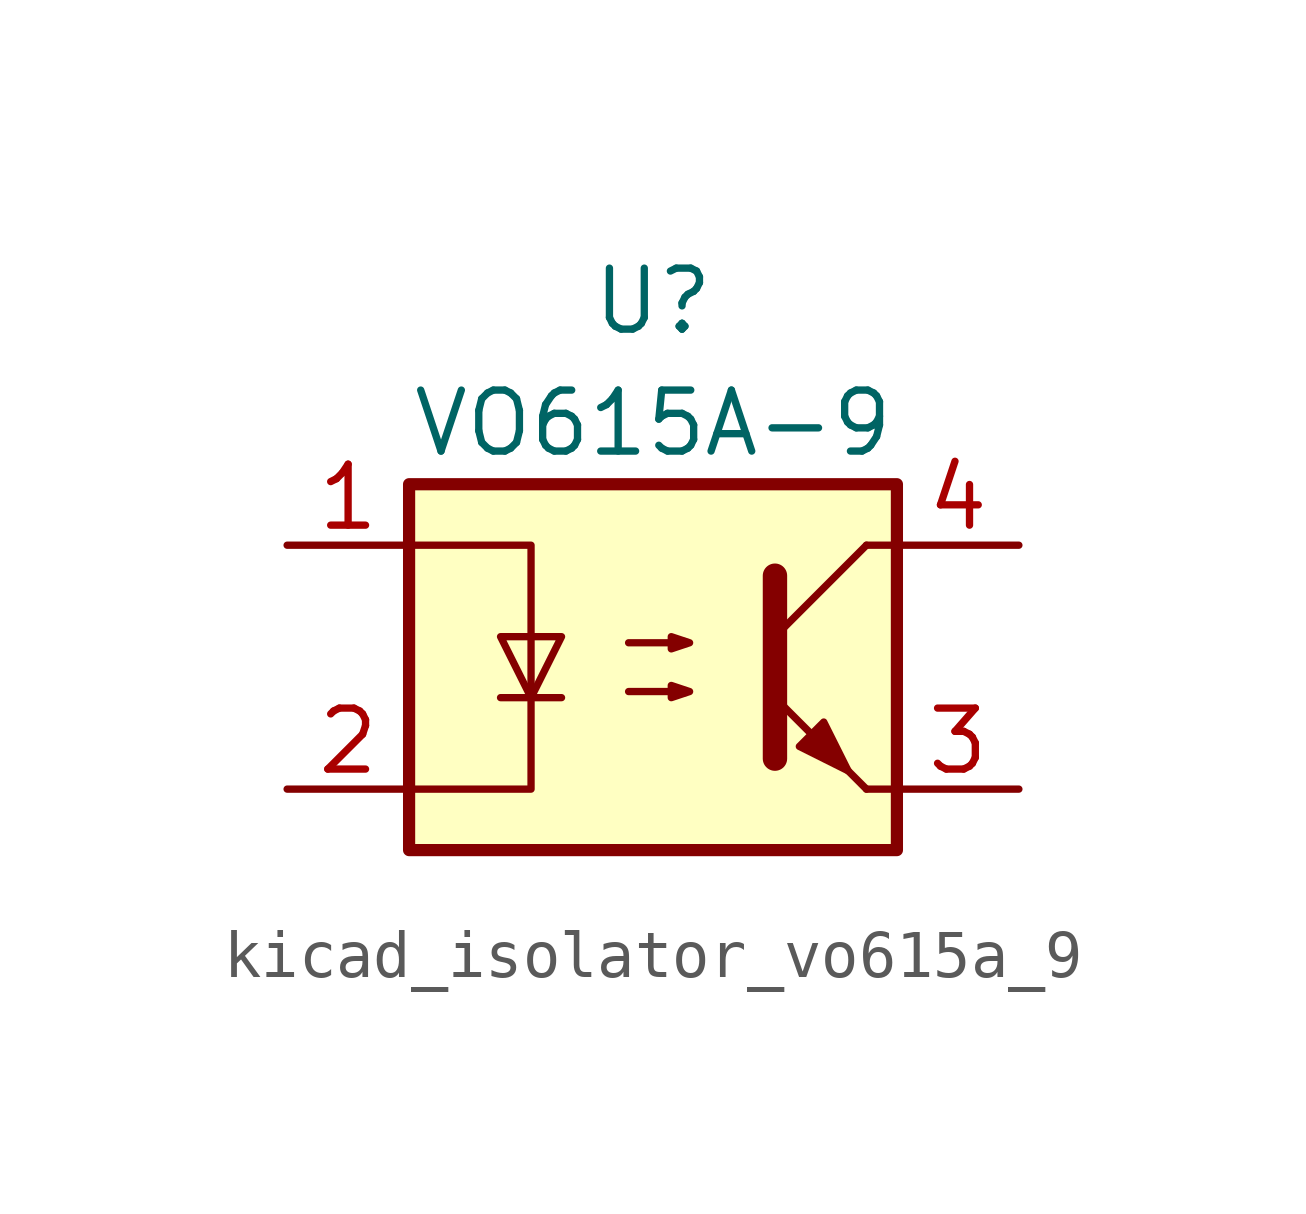
<source format=kicad_sym>
(kicad_symbol_lib
  (version 20220914)
  (generator kicad_symbol_editor)
  (symbol "kicad_isolator_vo615a_9"
    (pin_names
      (offset 0.762))
    (property "Reference" "U"
      (at 0 7.62 0)
      (effects (font (size 1.27 1.27))))
    (property "Value" "VO615A-9"
      (at 0 5.08 0)
      (effects (font (size 1.27 1.27))))
    (symbol "kicad_isolator_vo615a_9_0_1"
      (rectangle (start -5.08 3.81) (end 5.08 -3.81) (stroke (width 0.254) (type default)) (fill (type background)))
      (polyline (pts (xy -3.175 -0.635) (xy -1.905 -0.635)) (stroke (width 0) (type default)) (fill (type none)))
      (polyline (pts (xy 2.54 0.635) (xy 4.445 2.54)) (stroke (width 0) (type default)) (fill (type none)))
      (polyline (pts (xy 4.445 -2.54) (xy 2.54 -0.635)) (stroke (width 0) (type default)) (fill (type outline)))
      (polyline (pts (xy 4.445 -2.54) (xy 5.08 -2.54)) (stroke (width 0) (type default)) (fill (type none)))
      (polyline (pts (xy 4.445 2.54) (xy 5.08 2.54)) (stroke (width 0) (type default)) (fill (type none)))
      (polyline (pts (xy 2.54 1.905) (xy 2.54 -1.905) (xy 2.54 -1.905)) (stroke (width 0.508) (type default)) (fill (type none)))
      (polyline (pts (xy -5.08 2.54) (xy -2.54 2.54) (xy -2.54 -2.54) (xy -5.08 -2.54)) (stroke (width 0) (type default)) (fill (type none)))
      (polyline (pts (xy -2.54 -0.635) (xy -3.175 0.635) (xy -1.905 0.635) (xy -2.54 -0.635)) (stroke (width 0) (type default)) (fill (type none)))
      (polyline (pts (xy -0.508 -0.508) (xy 0.762 -0.508) (xy 0.381 -0.635) (xy 0.381 -0.381) (xy 0.762 -0.508)) (stroke (width 0) (type default)) (fill (type none)))
      (polyline (pts (xy -0.508 0.508) (xy 0.762 0.508) (xy 0.381 0.381) (xy 0.381 0.635) (xy 0.762 0.508)) (stroke (width 0) (type default)) (fill (type none)))
      (polyline (pts (xy 3.048 -1.651) (xy 3.556 -1.143) (xy 4.064 -2.159) (xy 3.048 -1.651) (xy 3.048 -1.651)) (stroke (width 0) (type default)) (fill (type outline))))
    (symbol "kicad_isolator_vo615a_9_1_1"
      (pin passive line (at -7.62 2.54 0) (length 2.54) (name "~" (effects (font (size 1.27 1.27)))) (number "1" (effects (font (size 1.27 1.27)))))
      (pin passive line (at -7.62 -2.54 0) (length 2.54) (name "~" (effects (font (size 1.27 1.27)))) (number "2" (effects (font (size 1.27 1.27)))))
      (pin passive line (at 7.62 -2.54 180) (length 2.54) (name "~" (effects (font (size 1.27 1.27)))) (number "3" (effects (font (size 1.27 1.27)))))
      (pin passive line (at 7.62 2.54 180) (length 2.54) (name "~" (effects (font (size 1.27 1.27)))) (number "4" (effects (font (size 1.27 1.27))))))))
</source>
